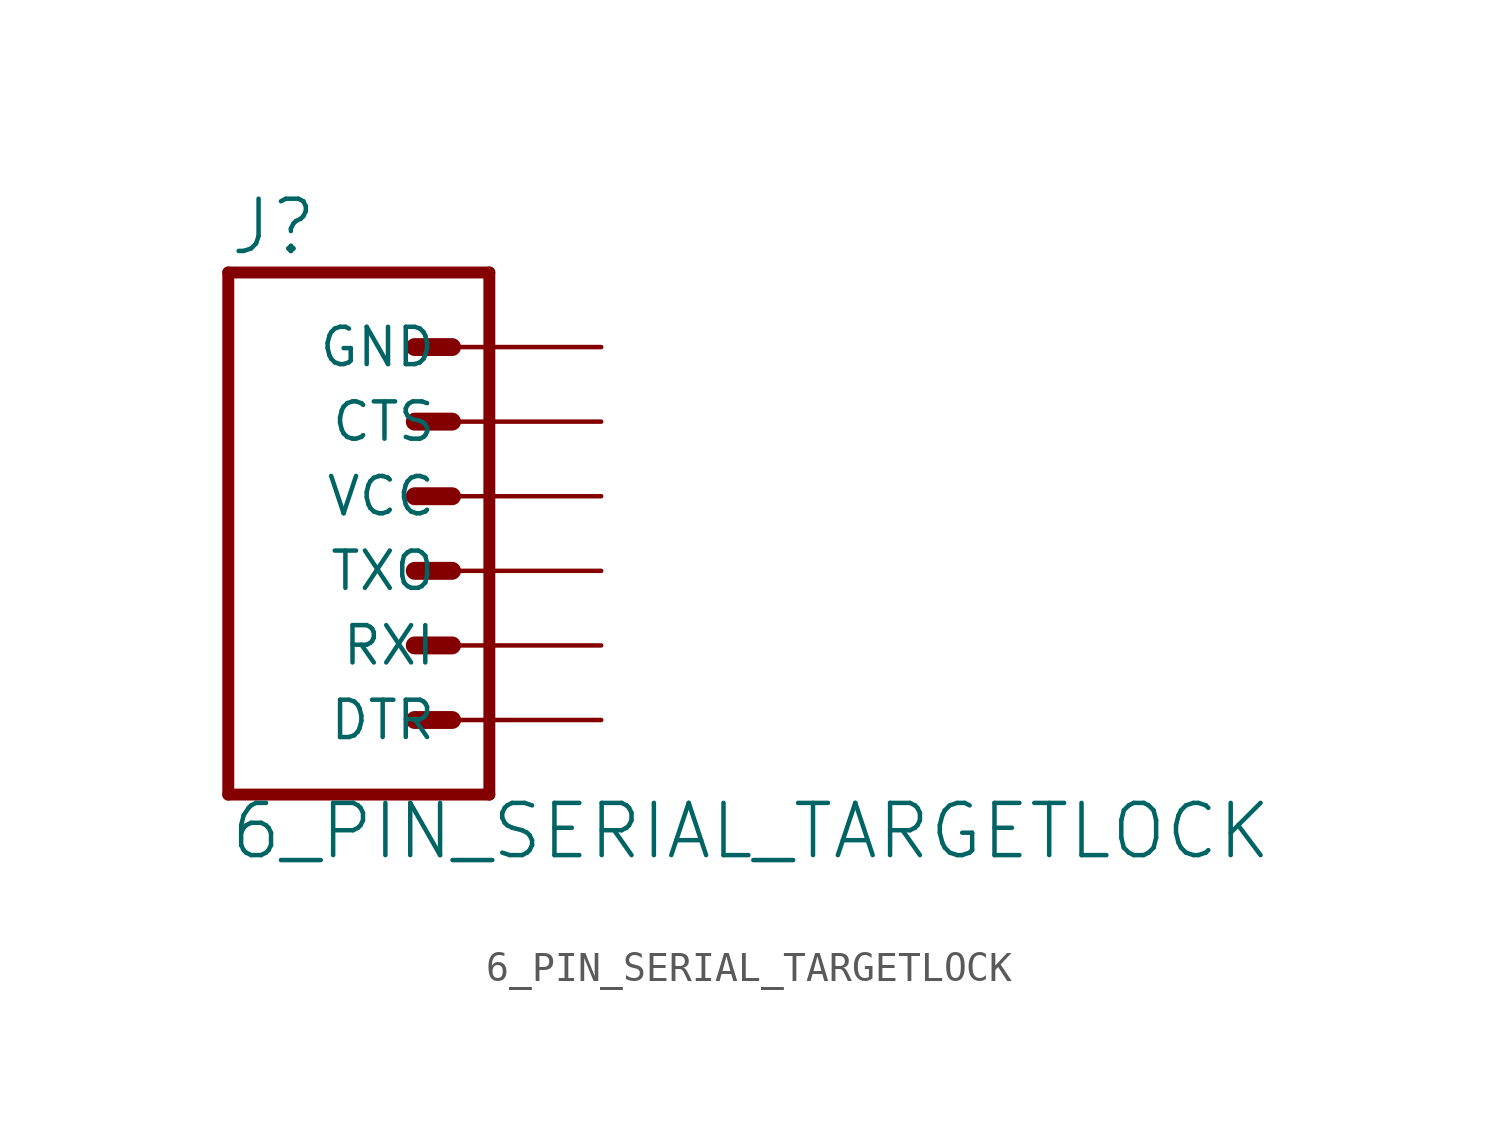
<source format=kicad_sym>
(kicad_symbol_lib
  (version 20211014)
  (generator kicad_symbol_editor)
  (symbol "6_PIN_SERIAL_TARGETLOCK"
    (property "Reference" "J"
      (at -7.62 10.668 0)
      (effects (font (size 1.778 1.778)) (justify left bottom)))
    (property "Value" "6_PIN_SERIAL_TARGETLOCK"
      (at -7.62 -9.906 0)
      (effects (font (size 1.778 1.778)) (justify left bottom)))
    (property "ki_locked" ""
      (at 0 0 0)
      (effects (font (size 1.27 1.27))))
    (symbol "6_PIN_SERIAL_TARGETLOCK_1_0"
      (polyline (pts (xy -7.62 10.16) (xy -7.62 -7.62)) (stroke (width 0.406) (type default) (color 0 0 0 0)) (fill (type none)))
      (polyline (pts (xy -7.62 10.16) (xy 1.27 10.16)) (stroke (width 0.406) (type default) (color 0 0 0 0)) (fill (type none)))
      (polyline (pts (xy -1.27 -5.08) (xy 0 -5.08)) (stroke (width 0.61) (type default) (color 0 0 0 0)) (fill (type none)))
      (polyline (pts (xy -1.27 -2.54) (xy 0 -2.54)) (stroke (width 0.61) (type default) (color 0 0 0 0)) (fill (type none)))
      (polyline (pts (xy -1.27 0) (xy 0 0)) (stroke (width 0.61) (type default) (color 0 0 0 0)) (fill (type none)))
      (polyline (pts (xy -1.27 2.54) (xy 0 2.54)) (stroke (width 0.61) (type default) (color 0 0 0 0)) (fill (type none)))
      (polyline (pts (xy -1.27 5.08) (xy 0 5.08)) (stroke (width 0.61) (type default) (color 0 0 0 0)) (fill (type none)))
      (polyline (pts (xy -1.27 7.62) (xy 0 7.62)) (stroke (width 0.61) (type default) (color 0 0 0 0)) (fill (type none)))
      (polyline (pts (xy 1.27 -7.62) (xy -7.62 -7.62)) (stroke (width 0.406) (type default) (color 0 0 0 0)) (fill (type none)))
      (polyline (pts (xy 1.27 -7.62) (xy 1.27 10.16)) (stroke (width 0.406) (type default) (color 0 0 0 0)) (fill (type none)))
      (pin passive line (at 5.08 -5.08 180) (length 5.08) (name "DTR" (effects (font (size 1.27 1.27)))) (number "1" (effects (font (size 0 0)))))
      (pin passive line (at 5.08 -2.54 180) (length 5.08) (name "RXI" (effects (font (size 1.27 1.27)))) (number "2" (effects (font (size 0 0)))))
      (pin passive line (at 5.08 0 180) (length 5.08) (name "TXO" (effects (font (size 1.27 1.27)))) (number "3" (effects (font (size 0 0)))))
      (pin passive line (at 5.08 2.54 180) (length 5.08) (name "VCC" (effects (font (size 1.27 1.27)))) (number "4" (effects (font (size 0 0)))))
      (pin passive line (at 5.08 5.08 180) (length 5.08) (name "CTS" (effects (font (size 1.27 1.27)))) (number "5" (effects (font (size 0 0)))))
      (pin passive line (at 5.08 7.62 180) (length 5.08) (name "GND" (effects (font (size 1.27 1.27)))) (number "6" (effects (font (size 0 0))))))))
</source>
